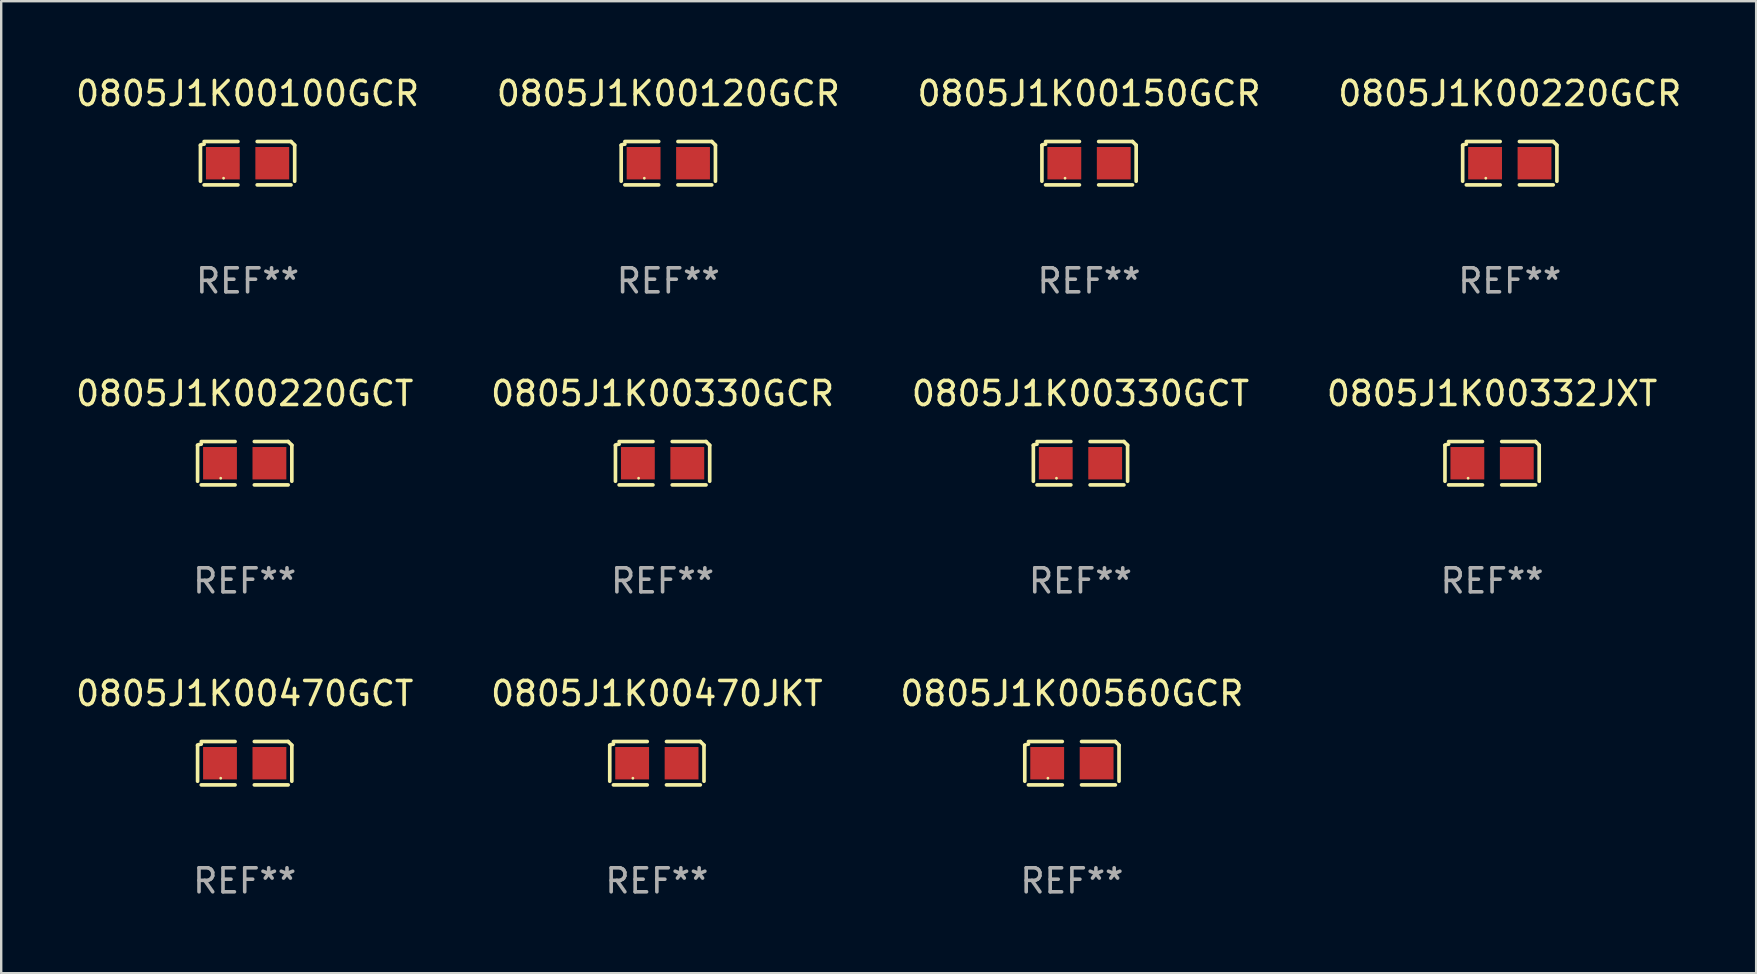
<source format=kicad_pcb>
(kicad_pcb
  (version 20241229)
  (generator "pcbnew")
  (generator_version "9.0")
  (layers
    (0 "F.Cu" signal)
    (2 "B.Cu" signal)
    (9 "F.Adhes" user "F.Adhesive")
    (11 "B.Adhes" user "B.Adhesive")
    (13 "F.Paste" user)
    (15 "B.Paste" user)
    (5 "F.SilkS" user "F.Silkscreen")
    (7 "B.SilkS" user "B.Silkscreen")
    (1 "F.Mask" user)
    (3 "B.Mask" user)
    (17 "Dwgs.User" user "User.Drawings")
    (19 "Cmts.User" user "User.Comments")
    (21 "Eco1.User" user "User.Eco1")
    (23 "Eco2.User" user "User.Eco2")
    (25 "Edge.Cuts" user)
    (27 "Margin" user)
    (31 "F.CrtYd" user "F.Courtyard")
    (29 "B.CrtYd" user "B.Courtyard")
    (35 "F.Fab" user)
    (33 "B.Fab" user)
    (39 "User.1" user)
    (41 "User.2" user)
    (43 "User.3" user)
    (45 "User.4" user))
  (footprint "0805J1K00220GCR"
    (layer "F.Cu")
    (at 59.875 3.752)
    (property "Reference" "0805J1K00220GCR" (at 0 -2.904 0) (layer "F.SilkS") (effects (font (size 1 1) (thickness 0.15))))
    (attr through_hole)
    (fp_line (start -1.964 0.751) (end -1.964 -0.751) (stroke (width 0.152) (type solid)) (layer "F.SilkS"))
    (fp_line (start -1.811 -0.904) (end -0.401 -0.904) (stroke (width 0.152) (type solid)) (layer "F.SilkS"))
    (fp_line (start -0.401 0.904) (end -1.811 0.904) (stroke (width 0.152) (type solid)) (layer "F.SilkS"))
    (fp_line (start 0.401 0.904) (end 1.811 0.904) (stroke (width 0.152) (type solid)) (layer "F.SilkS"))
    (fp_line (start 1.811 -0.904) (end 0.401 -0.904) (stroke (width 0.152) (type solid)) (layer "F.SilkS"))
    (fp_line (start 1.964 0.751) (end 1.964 -0.751) (stroke (width 0.152) (type solid)) (layer "F.SilkS"))
    (fp_arc (start -1.963602 -0.751207) (mid -1.890354 -0.783131) (end -1.811201 -0.794044) (stroke (width 0.1524) (type solid)) (layer "F.SilkS"))
    (fp_arc (start 1.811202 -0.903607) (mid 1.887413 -0.827418) (end 1.963602 -0.751207) (stroke (width 0.1524) (type solid)) (layer "F.SilkS"))
    (fp_circle (center -1 0.625) (end -0.97 0.625) (stroke (width 0.06) (type solid)) (fill no) (layer "F.SilkS"))
    (fp_text user "REF**" (at 0 4.904 0) (layer "F.Fab") (effects (font (size 1 1) (thickness 0.15))))
    (pad "1" smd rect (at -1.03 0) (size 1.41 1.35) (layers "F.Cu" "F.Mask" "F.Paste"))
    (pad "2" smd rect (at 1.03 0) (size 1.41 1.35) (layers "F.Cu" "F.Mask" "F.Paste")))
  (footprint "0805J1K00332JXT"
    (layer "F.Cu")
    (at 59.137 16.256)
    (property "Reference" "0805J1K00332JXT" (at 0 -2.904 0) (layer "F.SilkS") (effects (font (size 1 1) (thickness 0.15))))
    (attr through_hole)
    (fp_line (start -1.964 0.751) (end -1.964 -0.751) (stroke (width 0.152) (type solid)) (layer "F.SilkS"))
    (fp_line (start -1.811 -0.904) (end -0.401 -0.904) (stroke (width 0.152) (type solid)) (layer "F.SilkS"))
    (fp_line (start -0.401 0.904) (end -1.811 0.904) (stroke (width 0.152) (type solid)) (layer "F.SilkS"))
    (fp_line (start 0.401 0.904) (end 1.811 0.904) (stroke (width 0.152) (type solid)) (layer "F.SilkS"))
    (fp_line (start 1.811 -0.904) (end 0.401 -0.904) (stroke (width 0.152) (type solid)) (layer "F.SilkS"))
    (fp_line (start 1.964 0.751) (end 1.964 -0.751) (stroke (width 0.152) (type solid)) (layer "F.SilkS"))
    (fp_arc (start -1.963602 -0.751207) (mid -1.890354 -0.783131) (end -1.811201 -0.794044) (stroke (width 0.1524) (type solid)) (layer "F.SilkS"))
    (fp_arc (start 1.811202 -0.903607) (mid 1.887413 -0.827418) (end 1.963602 -0.751207) (stroke (width 0.1524) (type solid)) (layer "F.SilkS"))
    (fp_circle (center -1 0.625) (end -0.97 0.625) (stroke (width 0.06) (type solid)) (fill no) (layer "F.SilkS"))
    (fp_text user "REF**" (at 0 4.904 0) (layer "F.Fab") (effects (font (size 1 1) (thickness 0.15))))
    (pad "1" smd rect (at -1.03 0) (size 1.41 1.35) (layers "F.Cu" "F.Mask" "F.Paste"))
    (pad "2" smd rect (at 1.03 0) (size 1.41 1.35) (layers "F.Cu" "F.Mask" "F.Paste")))
  (footprint "0805J1K00470GCT"
    (layer "F.Cu")
    (at 7.149 28.759)
    (property "Reference" "0805J1K00470GCT" (at 0 -2.904 0) (layer "F.SilkS") (effects (font (size 1 1) (thickness 0.15))))
    (attr through_hole)
    (fp_line (start -1.964 0.751) (end -1.964 -0.751) (stroke (width 0.152) (type solid)) (layer "F.SilkS"))
    (fp_line (start -1.811 -0.904) (end -0.401 -0.904) (stroke (width 0.152) (type solid)) (layer "F.SilkS"))
    (fp_line (start -0.401 0.904) (end -1.811 0.904) (stroke (width 0.152) (type solid)) (layer "F.SilkS"))
    (fp_line (start 0.401 0.904) (end 1.811 0.904) (stroke (width 0.152) (type solid)) (layer "F.SilkS"))
    (fp_line (start 1.811 -0.904) (end 0.401 -0.904) (stroke (width 0.152) (type solid)) (layer "F.SilkS"))
    (fp_line (start 1.964 0.751) (end 1.964 -0.751) (stroke (width 0.152) (type solid)) (layer "F.SilkS"))
    (fp_arc (start -1.963602 -0.751207) (mid -1.890354 -0.783131) (end -1.811201 -0.794044) (stroke (width 0.1524) (type solid)) (layer "F.SilkS"))
    (fp_arc (start 1.811202 -0.903607) (mid 1.887413 -0.827418) (end 1.963602 -0.751207) (stroke (width 0.1524) (type solid)) (layer "F.SilkS"))
    (fp_circle (center -1 0.625) (end -0.97 0.625) (stroke (width 0.06) (type solid)) (fill no) (layer "F.SilkS"))
    (fp_text user "REF**" (at 0 4.904 0) (layer "F.Fab") (effects (font (size 1 1) (thickness 0.15))))
    (pad "1" smd rect (at -1.03 0) (size 1.41 1.35) (layers "F.Cu" "F.Mask" "F.Paste"))
    (pad "2" smd rect (at 1.03 0) (size 1.41 1.35) (layers "F.Cu" "F.Mask" "F.Paste")))
  (footprint "0805J1K00560GCR"
    (layer "F.Cu")
    (at 41.625 28.759)
    (property "Reference" "0805J1K00560GCR" (at 0 -2.904 0) (layer "F.SilkS") (effects (font (size 1 1) (thickness 0.15))))
    (attr through_hole)
    (fp_line (start -1.964 0.751) (end -1.964 -0.751) (stroke (width 0.152) (type solid)) (layer "F.SilkS"))
    (fp_line (start -1.811 -0.904) (end -0.401 -0.904) (stroke (width 0.152) (type solid)) (layer "F.SilkS"))
    (fp_line (start -0.401 0.904) (end -1.811 0.904) (stroke (width 0.152) (type solid)) (layer "F.SilkS"))
    (fp_line (start 0.401 0.904) (end 1.811 0.904) (stroke (width 0.152) (type solid)) (layer "F.SilkS"))
    (fp_line (start 1.811 -0.904) (end 0.401 -0.904) (stroke (width 0.152) (type solid)) (layer "F.SilkS"))
    (fp_line (start 1.964 0.751) (end 1.964 -0.751) (stroke (width 0.152) (type solid)) (layer "F.SilkS"))
    (fp_arc (start -1.963602 -0.751207) (mid -1.890354 -0.783131) (end -1.811201 -0.794044) (stroke (width 0.1524) (type solid)) (layer "F.SilkS"))
    (fp_arc (start 1.811202 -0.903607) (mid 1.887413 -0.827418) (end 1.963602 -0.751207) (stroke (width 0.1524) (type solid)) (layer "F.SilkS"))
    (fp_circle (center -1 0.625) (end -0.97 0.625) (stroke (width 0.06) (type solid)) (fill no) (layer "F.SilkS"))
    (fp_text user "REF**" (at 0 4.904 0) (layer "F.Fab") (effects (font (size 1 1) (thickness 0.15))))
    (pad "1" smd rect (at -1.03 0) (size 1.41 1.35) (layers "F.Cu" "F.Mask" "F.Paste"))
    (pad "2" smd rect (at 1.03 0) (size 1.41 1.35) (layers "F.Cu" "F.Mask" "F.Paste")))
  (footprint "0805J1K00470JKT"
    (layer "F.Cu")
    (at 24.327 28.759)
    (property "Reference" "0805J1K00470JKT" (at 0 -2.904 0) (layer "F.SilkS") (effects (font (size 1 1) (thickness 0.15))))
    (attr through_hole)
    (fp_line (start -1.964 0.751) (end -1.964 -0.751) (stroke (width 0.152) (type solid)) (layer "F.SilkS"))
    (fp_line (start -1.811 -0.904) (end -0.401 -0.904) (stroke (width 0.152) (type solid)) (layer "F.SilkS"))
    (fp_line (start -0.401 0.904) (end -1.811 0.904) (stroke (width 0.152) (type solid)) (layer "F.SilkS"))
    (fp_line (start 0.401 0.904) (end 1.811 0.904) (stroke (width 0.152) (type solid)) (layer "F.SilkS"))
    (fp_line (start 1.811 -0.904) (end 0.401 -0.904) (stroke (width 0.152) (type solid)) (layer "F.SilkS"))
    (fp_line (start 1.964 0.751) (end 1.964 -0.751) (stroke (width 0.152) (type solid)) (layer "F.SilkS"))
    (fp_arc (start -1.963602 -0.751207) (mid -1.890354 -0.783131) (end -1.811201 -0.794044) (stroke (width 0.1524) (type solid)) (layer "F.SilkS"))
    (fp_arc (start 1.811202 -0.903607) (mid 1.887413 -0.827418) (end 1.963602 -0.751207) (stroke (width 0.1524) (type solid)) (layer "F.SilkS"))
    (fp_circle (center -1 0.625) (end -0.97 0.625) (stroke (width 0.06) (type solid)) (fill no) (layer "F.SilkS"))
    (fp_text user "REF**" (at 0 4.904 0) (layer "F.Fab") (effects (font (size 1 1) (thickness 0.15))))
    (pad "1" smd rect (at -1.03 0) (size 1.41 1.35) (layers "F.Cu" "F.Mask" "F.Paste"))
    (pad "2" smd rect (at 1.03 0) (size 1.41 1.35) (layers "F.Cu" "F.Mask" "F.Paste")))
  (footprint "0805J1K00100GCR"
    (layer "F.Cu")
    (at 7.268 3.752)
    (property "Reference" "0805J1K00100GCR" (at 0 -2.904 0) (layer "F.SilkS") (effects (font (size 1 1) (thickness 0.15))))
    (attr through_hole)
    (fp_line (start -1.964 0.751) (end -1.964 -0.751) (stroke (width 0.152) (type solid)) (layer "F.SilkS"))
    (fp_line (start -1.811 -0.904) (end -0.401 -0.904) (stroke (width 0.152) (type solid)) (layer "F.SilkS"))
    (fp_line (start -0.401 0.904) (end -1.811 0.904) (stroke (width 0.152) (type solid)) (layer "F.SilkS"))
    (fp_line (start 0.401 0.904) (end 1.811 0.904) (stroke (width 0.152) (type solid)) (layer "F.SilkS"))
    (fp_line (start 1.811 -0.904) (end 0.401 -0.904) (stroke (width 0.152) (type solid)) (layer "F.SilkS"))
    (fp_line (start 1.964 0.751) (end 1.964 -0.751) (stroke (width 0.152) (type solid)) (layer "F.SilkS"))
    (fp_arc (start -1.963602 -0.751207) (mid -1.890354 -0.783131) (end -1.811201 -0.794044) (stroke (width 0.1524) (type solid)) (layer "F.SilkS"))
    (fp_arc (start 1.811202 -0.903607) (mid 1.887413 -0.827418) (end 1.963602 -0.751207) (stroke (width 0.1524) (type solid)) (layer "F.SilkS"))
    (fp_circle (center -1 0.625) (end -0.97 0.625) (stroke (width 0.06) (type solid)) (fill no) (layer "F.SilkS"))
    (fp_text user "REF**" (at 0 4.904 0) (layer "F.Fab") (effects (font (size 1 1) (thickness 0.15))))
    (pad "1" smd rect (at -1.03 0) (size 1.41 1.35) (layers "F.Cu" "F.Mask" "F.Paste"))
    (pad "2" smd rect (at 1.03 0) (size 1.41 1.35) (layers "F.Cu" "F.Mask" "F.Paste")))
  (footprint "0805J1K00330GCR"
    (layer "F.Cu")
    (at 24.565 16.256)
    (property "Reference" "0805J1K00330GCR" (at 0 -2.904 0) (layer "F.SilkS") (effects (font (size 1 1) (thickness 0.15))))
    (attr through_hole)
    (fp_line (start -1.964 0.751) (end -1.964 -0.751) (stroke (width 0.152) (type solid)) (layer "F.SilkS"))
    (fp_line (start -1.811 -0.904) (end -0.401 -0.904) (stroke (width 0.152) (type solid)) (layer "F.SilkS"))
    (fp_line (start -0.401 0.904) (end -1.811 0.904) (stroke (width 0.152) (type solid)) (layer "F.SilkS"))
    (fp_line (start 0.401 0.904) (end 1.811 0.904) (stroke (width 0.152) (type solid)) (layer "F.SilkS"))
    (fp_line (start 1.811 -0.904) (end 0.401 -0.904) (stroke (width 0.152) (type solid)) (layer "F.SilkS"))
    (fp_line (start 1.964 0.751) (end 1.964 -0.751) (stroke (width 0.152) (type solid)) (layer "F.SilkS"))
    (fp_arc (start -1.963602 -0.751207) (mid -1.890354 -0.783131) (end -1.811201 -0.794044) (stroke (width 0.1524) (type solid)) (layer "F.SilkS"))
    (fp_arc (start 1.811202 -0.903607) (mid 1.887413 -0.827418) (end 1.963602 -0.751207) (stroke (width 0.1524) (type solid)) (layer "F.SilkS"))
    (fp_circle (center -1 0.625) (end -0.97 0.625) (stroke (width 0.06) (type solid)) (fill no) (layer "F.SilkS"))
    (fp_text user "REF**" (at 0 4.904 0) (layer "F.Fab") (effects (font (size 1 1) (thickness 0.15))))
    (pad "1" smd rect (at -1.03 0) (size 1.41 1.35) (layers "F.Cu" "F.Mask" "F.Paste"))
    (pad "2" smd rect (at 1.03 0) (size 1.41 1.35) (layers "F.Cu" "F.Mask" "F.Paste")))
  (footprint "0805J1K00120GCR"
    (layer "F.Cu")
    (at 24.804 3.752)
    (property "Reference" "0805J1K00120GCR" (at 0 -2.904 0) (layer "F.SilkS") (effects (font (size 1 1) (thickness 0.15))))
    (attr through_hole)
    (fp_line (start -1.964 0.751) (end -1.964 -0.751) (stroke (width 0.152) (type solid)) (layer "F.SilkS"))
    (fp_line (start -1.811 -0.904) (end -0.401 -0.904) (stroke (width 0.152) (type solid)) (layer "F.SilkS"))
    (fp_line (start -0.401 0.904) (end -1.811 0.904) (stroke (width 0.152) (type solid)) (layer "F.SilkS"))
    (fp_line (start 0.401 0.904) (end 1.811 0.904) (stroke (width 0.152) (type solid)) (layer "F.SilkS"))
    (fp_line (start 1.811 -0.904) (end 0.401 -0.904) (stroke (width 0.152) (type solid)) (layer "F.SilkS"))
    (fp_line (start 1.964 0.751) (end 1.964 -0.751) (stroke (width 0.152) (type solid)) (layer "F.SilkS"))
    (fp_arc (start -1.963602 -0.751207) (mid -1.890354 -0.783131) (end -1.811201 -0.794044) (stroke (width 0.1524) (type solid)) (layer "F.SilkS"))
    (fp_arc (start 1.811202 -0.903607) (mid 1.887413 -0.827418) (end 1.963602 -0.751207) (stroke (width 0.1524) (type solid)) (layer "F.SilkS"))
    (fp_circle (center -1 0.625) (end -0.97 0.625) (stroke (width 0.06) (type solid)) (fill no) (layer "F.SilkS"))
    (fp_text user "REF**" (at 0 4.904 0) (layer "F.Fab") (effects (font (size 1 1) (thickness 0.15))))
    (pad "1" smd rect (at -1.03 0) (size 1.41 1.35) (layers "F.Cu" "F.Mask" "F.Paste"))
    (pad "2" smd rect (at 1.03 0) (size 1.41 1.35) (layers "F.Cu" "F.Mask" "F.Paste")))
  (footprint "0805J1K00220GCT"
    (layer "F.Cu")
    (at 7.149 16.256)
    (property "Reference" "0805J1K00220GCT" (at 0 -2.904 0) (layer "F.SilkS") (effects (font (size 1 1) (thickness 0.15))))
    (attr through_hole)
    (fp_line (start -1.964 0.751) (end -1.964 -0.751) (stroke (width 0.152) (type solid)) (layer "F.SilkS"))
    (fp_line (start -1.811 -0.904) (end -0.401 -0.904) (stroke (width 0.152) (type solid)) (layer "F.SilkS"))
    (fp_line (start -0.401 0.904) (end -1.811 0.904) (stroke (width 0.152) (type solid)) (layer "F.SilkS"))
    (fp_line (start 0.401 0.904) (end 1.811 0.904) (stroke (width 0.152) (type solid)) (layer "F.SilkS"))
    (fp_line (start 1.811 -0.904) (end 0.401 -0.904) (stroke (width 0.152) (type solid)) (layer "F.SilkS"))
    (fp_line (start 1.964 0.751) (end 1.964 -0.751) (stroke (width 0.152) (type solid)) (layer "F.SilkS"))
    (fp_arc (start -1.963602 -0.751207) (mid -1.890354 -0.783131) (end -1.811201 -0.794044) (stroke (width 0.1524) (type solid)) (layer "F.SilkS"))
    (fp_arc (start 1.811202 -0.903607) (mid 1.887413 -0.827418) (end 1.963602 -0.751207) (stroke (width 0.1524) (type solid)) (layer "F.SilkS"))
    (fp_circle (center -1 0.625) (end -0.97 0.625) (stroke (width 0.06) (type solid)) (fill no) (layer "F.SilkS"))
    (fp_text user "REF**" (at 0 4.904 0) (layer "F.Fab") (effects (font (size 1 1) (thickness 0.15))))
    (pad "1" smd rect (at -1.03 0) (size 1.41 1.35) (layers "F.Cu" "F.Mask" "F.Paste"))
    (pad "2" smd rect (at 1.03 0) (size 1.41 1.35) (layers "F.Cu" "F.Mask" "F.Paste")))
  (footprint "0805J1K00330GCT"
    (layer "F.Cu")
    (at 41.982 16.256)
    (property "Reference" "0805J1K00330GCT" (at 0 -2.904 0) (layer "F.SilkS") (effects (font (size 1 1) (thickness 0.15))))
    (attr through_hole)
    (fp_line (start -1.964 0.751) (end -1.964 -0.751) (stroke (width 0.152) (type solid)) (layer "F.SilkS"))
    (fp_line (start -1.811 -0.904) (end -0.401 -0.904) (stroke (width 0.152) (type solid)) (layer "F.SilkS"))
    (fp_line (start -0.401 0.904) (end -1.811 0.904) (stroke (width 0.152) (type solid)) (layer "F.SilkS"))
    (fp_line (start 0.401 0.904) (end 1.811 0.904) (stroke (width 0.152) (type solid)) (layer "F.SilkS"))
    (fp_line (start 1.811 -0.904) (end 0.401 -0.904) (stroke (width 0.152) (type solid)) (layer "F.SilkS"))
    (fp_line (start 1.964 0.751) (end 1.964 -0.751) (stroke (width 0.152) (type solid)) (layer "F.SilkS"))
    (fp_arc (start -1.963602 -0.751207) (mid -1.890354 -0.783131) (end -1.811201 -0.794044) (stroke (width 0.1524) (type solid)) (layer "F.SilkS"))
    (fp_arc (start 1.811202 -0.903607) (mid 1.887413 -0.827418) (end 1.963602 -0.751207) (stroke (width 0.1524) (type solid)) (layer "F.SilkS"))
    (fp_circle (center -1 0.625) (end -0.97 0.625) (stroke (width 0.06) (type solid)) (fill no) (layer "F.SilkS"))
    (fp_text user "REF**" (at 0 4.904 0) (layer "F.Fab") (effects (font (size 1 1) (thickness 0.15))))
    (pad "1" smd rect (at -1.03 0) (size 1.41 1.35) (layers "F.Cu" "F.Mask" "F.Paste"))
    (pad "2" smd rect (at 1.03 0) (size 1.41 1.35) (layers "F.Cu" "F.Mask" "F.Paste")))
  (footprint "0805J1K00150GCR"
    (layer "F.Cu")
    (at 42.339 3.752)
    (property "Reference" "0805J1K00150GCR" (at 0 -2.904 0) (layer "F.SilkS") (effects (font (size 1 1) (thickness 0.15))))
    (attr through_hole)
    (fp_line (start -1.964 0.751) (end -1.964 -0.751) (stroke (width 0.152) (type solid)) (layer "F.SilkS"))
    (fp_line (start -1.811 -0.904) (end -0.401 -0.904) (stroke (width 0.152) (type solid)) (layer "F.SilkS"))
    (fp_line (start -0.401 0.904) (end -1.811 0.904) (stroke (width 0.152) (type solid)) (layer "F.SilkS"))
    (fp_line (start 0.401 0.904) (end 1.811 0.904) (stroke (width 0.152) (type solid)) (layer "F.SilkS"))
    (fp_line (start 1.811 -0.904) (end 0.401 -0.904) (stroke (width 0.152) (type solid)) (layer "F.SilkS"))
    (fp_line (start 1.964 0.751) (end 1.964 -0.751) (stroke (width 0.152) (type solid)) (layer "F.SilkS"))
    (fp_arc (start -1.963602 -0.751207) (mid -1.890354 -0.783131) (end -1.811201 -0.794044) (stroke (width 0.1524) (type solid)) (layer "F.SilkS"))
    (fp_arc (start 1.811202 -0.903607) (mid 1.887413 -0.827418) (end 1.963602 -0.751207) (stroke (width 0.1524) (type solid)) (layer "F.SilkS"))
    (fp_circle (center -1 0.625) (end -0.97 0.625) (stroke (width 0.06) (type solid)) (fill no) (layer "F.SilkS"))
    (fp_text user "REF**" (at 0 4.904 0) (layer "F.Fab") (effects (font (size 1 1) (thickness 0.15))))
    (pad "1" smd rect (at -1.03 0) (size 1.41 1.35) (layers "F.Cu" "F.Mask" "F.Paste"))
    (pad "2" smd rect (at 1.03 0) (size 1.41 1.35) (layers "F.Cu" "F.Mask" "F.Paste")))
  (gr_rect
    (start -3 -3)
    (end 70.143 37.511)
    (stroke (width 0.1) (type default))
    (fill no)
    (layer "Edge.Cuts")))
</source>
